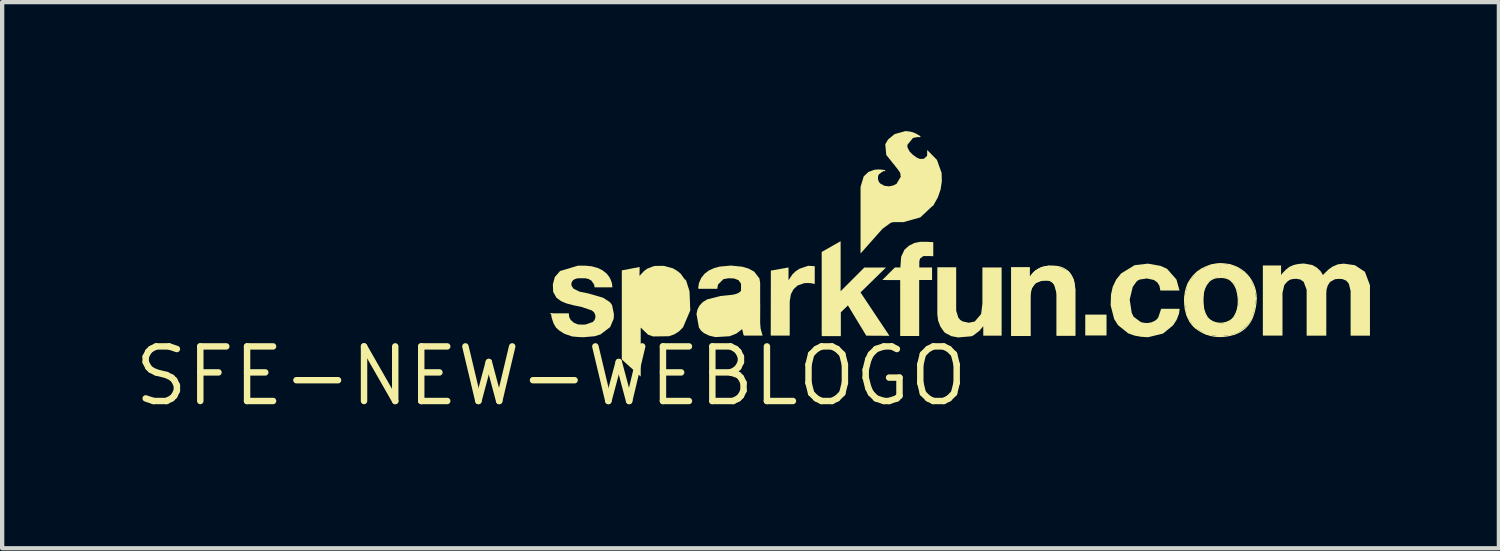
<source format=kicad_pcb>
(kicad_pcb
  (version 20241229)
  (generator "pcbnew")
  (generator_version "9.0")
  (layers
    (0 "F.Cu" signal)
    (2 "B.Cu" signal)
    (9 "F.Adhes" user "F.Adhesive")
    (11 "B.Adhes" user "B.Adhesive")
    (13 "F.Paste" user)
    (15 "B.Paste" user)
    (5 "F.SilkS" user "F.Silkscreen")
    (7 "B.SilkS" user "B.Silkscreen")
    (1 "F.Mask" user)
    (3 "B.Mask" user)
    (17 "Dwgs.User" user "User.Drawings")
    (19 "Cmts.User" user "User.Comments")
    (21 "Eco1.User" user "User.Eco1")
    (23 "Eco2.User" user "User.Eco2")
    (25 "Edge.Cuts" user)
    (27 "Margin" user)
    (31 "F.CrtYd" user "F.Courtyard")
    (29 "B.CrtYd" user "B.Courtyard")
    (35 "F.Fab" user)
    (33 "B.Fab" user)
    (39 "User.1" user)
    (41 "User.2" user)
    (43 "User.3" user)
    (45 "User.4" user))
  (footprint "SFE-NEW-WEBLOGO"
    (layer "F.Cu")
    (at 9.774 5.7)
    (property "Reference" "SFE-NEW-WEBLOGO" (at 0 0 0) (layer "F.SilkS") (effects (font (size 1.27 1.27) (thickness 0.15))))
    (fp_line (start 10.716 -2.517) (end 11.12 -2.517) (stroke (width 0.025) (type solid)) (layer "F.SilkS"))
    (fp_line (start 10.716 -0.945) (end 10.716 -2.517) (stroke (width 0.025) (type solid)) (layer "F.SilkS"))
    (fp_line (start 11.12 -2.517) (end 11.12 -2.296) (stroke (width 0.025) (type solid)) (layer "F.SilkS"))
    (fp_line (start 11.12 -2.296) (end 11.128 -2.296) (stroke (width 0.025) (type solid)) (layer "F.SilkS"))
    (fp_line (start 11.138 -1.814) (end 11.138 -0.945) (stroke (width 0.025) (type solid)) (layer "F.SilkS"))
    (fp_line (start 11.138 -0.945) (end 10.716 -0.945) (stroke (width 0.025) (type solid)) (layer "F.SilkS"))
    (fp_line (start 11.773 -0.955) (end 11.773 -1.92) (stroke (width 0.025) (type solid)) (layer "F.SilkS"))
    (fp_line (start 12.182 -2.009) (end 12.182 -0.955) (stroke (width 0.025) (type solid)) (layer "F.SilkS"))
    (fp_line (start 12.182 -0.955) (end 11.773 -0.955) (stroke (width 0.025) (type solid)) (layer "F.SilkS"))
    (fp_line (start 15.55 -2.614) (end 15.55 -2.291) (stroke (width 0.025) (type solid)) (layer "F.SilkS"))
    (fp_line (start 15.55 -2.291) (end 15.527 -2.291) (stroke (width 0.025) (type solid)) (layer "F.SilkS"))
    (fp_line (start 15.57 -2.614) (end 15.585 -2.614) (stroke (width 0.025) (type solid)) (layer "F.SilkS"))
    (fp_line (start 15.57 -2.296) (end 15.57 -2.614) (stroke (width 0.025) (type solid)) (layer "F.SilkS"))
    (fp_arc (start 11.1379 -1.8821) (mid 11.146106 -1.962214) (end 11.1684 -2.0396) (stroke (width 0.0254) (type solid)) (layer "F.SilkS"))
    (fp_arc (start 11.1379 -1.8136) (mid 11.137681 -1.84785) (end 11.1379 -1.8821) (stroke (width 0.0254) (type solid)) (layer "F.SilkS"))
    (fp_arc (start 11.1455 -2.3038) (mid 11.137379 -2.298176) (end 11.1277 -2.2962) (stroke (width 0.0254) (type solid)) (layer "F.SilkS"))
    (fp_arc (start 11.1582 -2.319) (mid 11.152103 -2.311188) (end 11.1455 -2.3038) (stroke (width 0.0254) (type solid)) (layer "F.SilkS"))
    (fp_arc (start 11.1582 -2.319) (mid 11.172158 -2.338081) (end 11.1862 -2.3571) (stroke (width 0.0254) (type solid)) (layer "F.SilkS"))
    (fp_arc (start 11.1684 -2.0396) (mid 11.206138 -2.110015) (end 11.2598 -2.1692) (stroke (width 0.0254) (type solid)) (layer "F.SilkS"))
    (fp_arc (start 11.1862 -2.3571) (mid 11.2264 -2.404414) (end 11.2725 -2.446) (stroke (width 0.0254) (type solid)) (layer "F.SilkS"))
    (fp_arc (start 11.259799 -2.1692) (mid 11.334441 -2.214452) (end 11.4198 -2.2327) (stroke (width 0.0254) (type solid)) (layer "F.SilkS"))
    (fp_arc (start 11.2725 -2.446) (mid 11.411238 -2.52384) (end 11.5672 -2.5552) (stroke (width 0.0254) (type solid)) (layer "F.SilkS"))
    (fp_arc (start 11.5316 -2.2377) (mid 11.475702 -2.235165) (end 11.4198 -2.2327) (stroke (width 0.0254) (type solid)) (layer "F.SilkS"))
    (fp_arc (start 11.5316 -2.2377) (mid 11.565101 -2.235924) (end 11.5976 -2.2276) (stroke (width 0.0254) (type solid)) (layer "F.SilkS"))
    (fp_arc (start 11.5672 -2.5552) (mid 11.667584 -2.556058) (end 11.7678 -2.5502) (stroke (width 0.0254) (type solid)) (layer "F.SilkS"))
    (fp_arc (start 11.5976 -2.2276) (mid 11.664346 -2.1894) (end 11.7145 -2.1311) (stroke (width 0.0254) (type solid)) (layer "F.SilkS"))
    (fp_arc (start 11.7145 -2.1311) (mid 11.758038 -2.02962) (end 11.7729 -1.9202) (stroke (width 0.0254) (type solid)) (layer "F.SilkS"))
    (fp_arc (start 11.7678 -2.5502) (mid 11.911985 -2.511161) (end 12.0345 -2.425699) (stroke (width 0.0254) (type solid)) (layer "F.SilkS"))
    (fp_arc (start 12.0345 -2.4257) (mid 12.104013 -2.336521) (end 12.1488 -2.232699) (stroke (width 0.0254) (type solid)) (layer "F.SilkS"))
    (fp_arc (start 12.1488 -2.2327) (mid 12.172766 -2.122002) (end 12.1818 -2.0091) (stroke (width 0.0254) (type solid)) (layer "F.SilkS"))
    (fp_arc (start 14.7523 -1.5672) (mid 14.737287 -1.759061) (end 14.7549 -1.9507) (stroke (width 0.0254) (type solid)) (layer "F.SilkS"))
    (fp_arc (start 14.7549 -1.9507) (mid 14.882786 -2.260687) (end 15.128201 -2.4892) (stroke (width 0.0254) (type solid)) (layer "F.SilkS"))
    (fp_arc (start 14.8615 -1.27) (mid 14.792796 -1.413418) (end 14.7523 -1.5672) (stroke (width 0.0254) (type solid)) (layer "F.SilkS"))
    (fp_arc (start 14.9911 -1.1201) (mid 14.919858 -1.189481) (end 14.8615 -1.27) (stroke (width 0.0254) (type solid)) (layer "F.SilkS"))
    (fp_arc (start 15.1282 -2.4892) (mid 15.331296 -2.577713) (end 15.5499 -2.6137) (stroke (width 0.0254) (type solid)) (layer "F.SilkS"))
    (fp_arc (start 15.168899 -1.8847) (mid 15.20247 -2.035022) (end 15.2781 -2.1692) (stroke (width 0.0254) (type solid)) (layer "F.SilkS"))
    (fp_arc (start 15.1714 -1.6383) (mid 15.165026 -1.761448) (end 15.1689 -1.8847) (stroke (width 0.0254) (type solid)) (layer "F.SilkS"))
    (fp_arc (start 15.24 -1.4097) (mid 15.194331 -1.520588) (end 15.1714 -1.6383) (stroke (width 0.0254) (type solid)) (layer "F.SilkS"))
    (fp_arc (start 15.278099 -2.1692) (mid 15.388433 -2.258974) (end 15.527 -2.2911) (stroke (width 0.0254) (type solid)) (layer "F.SilkS"))
    (fp_arc (start 15.428 -1.2522) (mid 15.31871 -1.312699) (end 15.24 -1.4097) (stroke (width 0.0254) (type solid)) (layer "F.SilkS"))
    (fp_arc (start 15.5423 -0.9195) (mid 15.249615 -0.972854) (end 14.9911 -1.1201) (stroke (width 0.0254) (type solid)) (layer "F.SilkS"))
    (fp_arc (start 15.5702 -2.2962) (mid 15.650001 -2.290017) (end 15.7277 -2.2708) (stroke (width 0.0254) (type solid)) (layer "F.SilkS"))
    (fp_arc (start 15.5854 -2.6137) (mid 15.698073 -2.606673) (end 15.809 -2.5857) (stroke (width 0.0254) (type solid)) (layer "F.SilkS"))
    (fp_arc (start 15.7277 -2.2708) (mid 15.783745 -2.244042) (end 15.8318 -2.2047) (stroke (width 0.0254) (type solid)) (layer "F.SilkS"))
    (fp_arc (start 15.7632 -1.2725) (mid 15.597525 -1.230563) (end 15.428 -1.2522) (stroke (width 0.0254) (type solid)) (layer "F.SilkS"))
    (fp_arc (start 15.809 -2.5857) (mid 15.978822 -2.520652) (end 16.129 -2.4181) (stroke (width 0.0254) (type solid)) (layer "F.SilkS"))
    (fp_arc (start 15.8318 -2.2047) (mid 15.910982 -2.096372) (end 15.9588 -1.971) (stroke (width 0.0254) (type solid)) (layer "F.SilkS"))
    (fp_arc (start 15.9029 -0.9754) (mid 15.724919 -0.932492) (end 15.5423 -0.9195) (stroke (width 0.0254) (type solid)) (layer "F.SilkS"))
    (fp_arc (start 15.908 -1.4097) (mid 15.846801 -1.329279) (end 15.7632 -1.2725) (stroke (width 0.0254) (type solid)) (layer "F.SilkS"))
    (fp_arc (start 15.9588 -1.971) (mid 15.980368 -1.846143) (end 15.9868 -1.7196) (stroke (width 0.0254) (type solid)) (layer "F.SilkS"))
    (fp_arc (start 15.9868 -1.7196) (mid 15.966058 -1.559906) (end 15.908 -1.4097) (stroke (width 0.0254) (type solid)) (layer "F.SilkS"))
    (fp_arc (start 16.129 -2.4181) (mid 16.333054 -2.143404) (end 16.4033 -1.808499) (stroke (width 0.0254) (type solid)) (layer "F.SilkS"))
    (fp_arc (start 16.317 -1.3665) (mid 16.153433 -1.12491) (end 15.9029 -0.9754) (stroke (width 0.0254) (type solid)) (layer "F.SilkS"))
    (fp_arc (start 16.4033 -1.8085) (mid 16.380488 -1.583529) (end 16.317 -1.3665) (stroke (width 0.0254) (type solid)) (layer "F.SilkS"))
    (fp_poly (pts (xy 12.426 -0.945) (xy 12.921 -0.945) (xy 12.921 -1.43) (xy 12.426 -1.43)) (stroke (width 0) (type solid)) (fill yes) (layer "F.SilkS"))
    (fp_poly (pts (xy 6.734 -1.974) (xy 7.285 -2.525) (xy 7.788 -2.525) (xy 7.197 -1.946) (xy 7.87 -0.937) (xy 7.331 -0.94) (xy 6.904 -1.644) (xy 6.739 -1.483) (xy 6.739 -0.93) (xy 6.307 -0.93) (xy 6.294 -0.942) (xy 6.294 -2.888) (xy 6.734 -3.138)) (stroke (width 0) (type solid)) (fill yes) (layer "F.SilkS"))
    (fp_poly (pts (xy 6.132 -2.557) (xy 6.132 -2.146) (xy 6.116 -2.146) (xy 6.107 -2.147) (xy 6.098 -2.149) (xy 6.068 -2.157) (xy 6.039 -2.162) (xy 5.963 -2.165) (xy 5.888 -2.162) (xy 5.732 -2.107) (xy 5.638 -2.019) (xy 5.577 -1.903) (xy 5.55 -1.736) (xy 5.55 -0.942) (xy 5.108 -0.942) (xy 5.111 -2.454) (xy 5.522 -2.527) (xy 5.522 -2.234) (xy 5.527 -2.236) (xy 5.544 -2.263) (xy 5.579 -2.315) (xy 5.614 -2.368) (xy 5.687 -2.438) (xy 5.778 -2.498) (xy 5.98 -2.566)) (stroke (width 0) (type solid)) (fill yes) (layer "F.SilkS"))
    (fp_poly (pts (xy 2.835 -2.506) (xy 2.927 -2.451) (xy 3.012 -2.384) (xy 3.127 -2.222) (xy 3.127 -2.264) (xy 3.219 -1.973) (xy 3.236 -1.527) (xy 3.069 -1.136) (xy 2.976 -1.041) (xy 2.865 -0.971) (xy 2.74 -0.927) (xy 2.372 -0.922) (xy 2.37 -0.922) (xy 2.254 -0.963) (xy 2.083 -1.128) (xy 2.083 0.011) (xy 1.643 -0.386) (xy 1.643 -2.459) (xy 2.058 -2.538) (xy 2.055 -2.331) (xy 2.068 -2.345) (xy 2.158 -2.443) (xy 2.234 -2.498) (xy 2.369 -2.552) (xy 2.419 -2.563) (xy 2.62 -2.565)) (stroke (width 0) (type solid)) (fill yes) (layer "F.SilkS"))
    (fp_poly (pts (xy 8.809 -3.12) (xy 8.875 -3.117) (xy 8.89 -3.117) (xy 8.89 -2.789) (xy 8.869 -2.789) (xy 8.841 -2.792) (xy 8.66 -2.792) (xy 8.588 -2.74) (xy 8.571 -2.7) (xy 8.565 -2.653) (xy 8.565 -2.527) (xy 8.862 -2.527) (xy 8.862 -2.235) (xy 8.562 -2.235) (xy 8.562 -0.932) (xy 8.12 -0.932) (xy 8.12 -2.233) (xy 7.704 -2.235) (xy 7.996 -2.527) (xy 8.126 -2.527) (xy 8.126 -2.561) (xy 8.143 -2.777) (xy 8.219 -2.939) (xy 8.324 -3.033) (xy 8.45 -3.096) (xy 8.586 -3.124) (xy 8.743 -3.124)) (stroke (width 0) (type solid)) (fill yes) (layer "F.SilkS"))
    (fp_poly (pts (xy 9.423 -1.521) (xy 9.473 -1.36) (xy 9.516 -1.308) (xy 9.573 -1.272) (xy 9.714 -1.241) (xy 9.854 -1.269) (xy 10.003 -1.443) (xy 10.033 -1.685) (xy 10.033 -2.527) (xy 10.48 -2.527) (xy 10.48 -0.94) (xy 10.053 -0.94) (xy 10.053 -1.16) (xy 9.962 -1.052) (xy 9.824 -0.947) (xy 9.797 -0.934) (xy 9.769 -0.925) (xy 9.468 -0.899) (xy 9.311 -0.929) (xy 9.174 -1.001) (xy 9.173 -1.001) (xy 9.155 -1.015) (xy 9.142 -1.028) (xy 9.056 -1.151) (xy 9.002 -1.291) (xy 8.984 -1.439) (xy 8.984 -2.532) (xy 9.423 -2.532)) (stroke (width 0) (type solid)) (fill yes) (layer "F.SilkS"))
    (fp_poly (pts (xy 11.771 -2.563) (xy 12.043 -2.436) (xy 12.161 -2.237) (xy 12.194 -2.01) (xy 12.194 -0.942) (xy 11.76 -0.942) (xy 11.76 -1.918) (xy 11.703 -2.125) (xy 11.656 -2.179) (xy 11.593 -2.215) (xy 11.531 -2.225) (xy 11.476 -2.222) (xy 11.422 -2.22) (xy 11.268 -2.159) (xy 11.18 -2.035) (xy 11.151 -1.881) (xy 11.151 -0.932) (xy 10.704 -0.932) (xy 10.704 -2.53) (xy 11.133 -2.53) (xy 11.133 -2.31) (xy 11.137 -2.313) (xy 11.148 -2.327) (xy 11.162 -2.346) (xy 11.176 -2.365) (xy 11.217 -2.413) (xy 11.265 -2.456) (xy 11.407 -2.536) (xy 11.566 -2.568)) (stroke (width 0) (type solid)) (fill yes) (layer "F.SilkS"))
    (fp_poly (pts (xy 14.182 -2.563) (xy 14.182 -2.561) (xy 14.327 -2.497) (xy 14.548 -2.247) (xy 14.619 -1.991) (xy 14.171 -1.991) (xy 14.171 -2.005) (xy 14.152 -2.1) (xy 14.101 -2.181) (xy 14.023 -2.236) (xy 13.86 -2.271) (xy 13.694 -2.246) (xy 13.653 -2.227) (xy 13.619 -2.199) (xy 13.531 -2.075) (xy 13.46 -1.78) (xy 13.507 -1.472) (xy 13.552 -1.38) (xy 13.719 -1.256) (xy 13.796 -1.239) (xy 13.875 -1.234) (xy 13.963 -1.249) (xy 14.045 -1.286) (xy 14.089 -1.32) (xy 14.124 -1.363) (xy 14.192 -1.565) (xy 14.62 -1.565) (xy 14.62 -1.546) (xy 14.607 -1.45) (xy 14.552 -1.308) (xy 14.469 -1.18) (xy 14.235 -0.989) (xy 13.887 -0.904) (xy 13.726 -0.914) (xy 13.568 -0.943) (xy 13.424 -0.995) (xy 13.188 -1.185) (xy 13.099 -1.326) (xy 13.017 -1.644) (xy 13.025 -1.895) (xy 13.025 -1.896) (xy 13.065 -2.077) (xy 13.145 -2.244) (xy 13.261 -2.389) (xy 13.575 -2.58) (xy 13.884 -2.616)) (stroke (width 0) (type solid)) (fill yes) (layer "F.SilkS"))
    (fp_poly (pts (xy 1.202 -2.29) (xy 1.414 -2.156) (xy 1.424 -2.065) (xy 1.01 -2.065) (xy 1.001 -2.126) (xy 0.936 -2.221) (xy 0.872 -2.258) (xy 0.799 -2.276) (xy 0.629 -2.276) (xy 0.584 -2.267) (xy 0.542 -2.252) (xy 0.512 -2.232) (xy 0.489 -2.206) (xy 0.469 -2.153) (xy 0.475 -2.098) (xy 0.522 -2.032) (xy 0.664 -1.963) (xy 0.867 -1.922) (xy 1.207 -1.823) (xy 1.354 -1.729) (xy 1.39 -1.692) (xy 1.417 -1.648) (xy 1.46 -1.44) (xy 1.448 -1.438) (xy 1.46 -1.437) (xy 1.458 -1.385) (xy 1.453 -1.33) (xy 1.372 -1.14) (xy 1.149 -0.97) (xy 1.013 -0.927) (xy 0.747 -0.904) (xy 0.617 -0.91) (xy 0.487 -0.922) (xy 0.307 -0.984) (xy 0.185 -1.062) (xy 0.109 -1.132) (xy 0.057 -1.222) (xy 0.013 -1.351) (xy 0.003 -1.411) (xy -0.002 -1.469) (xy 0.738 -1.103) (xy 1.121 -1.189) (xy 1.224 -1.498) (xy 0.809 -1.724) (xy 0.364 -1.988) (xy 0.308 -2.311) (xy 0.742 -2.424)) (stroke (width 0) (type solid)) (fill yes) (layer "F.SilkS"))
    (fp_poly (pts (xy 15.55 -2.61) (xy 15.55 -2.298) (xy 15.429 -2.281) (xy 15.315 -2.218) (xy 15.236 -2.109) (xy 15.196 -2.021) (xy 15.169 -1.873) (xy 15.164 -1.687) (xy 15.181 -1.562) (xy 15.219 -1.448) (xy 15.273 -1.345) (xy 15.437 -1.244) (xy 15.612 -1.222) (xy 15.787 -1.281) (xy 15.895 -1.379) (xy 15.949 -1.5) (xy 15.987 -1.655) (xy 15.987 -1.797) (xy 15.962 -1.99) (xy 15.887 -2.152) (xy 15.804 -2.232) (xy 15.709 -2.284) (xy 15.59 -2.294) (xy 15.567 -2.294) (xy 15.573 -2.618) (xy 15.789 -2.591) (xy 15.954 -2.534) (xy 16.155 -2.395) (xy 16.267 -2.265) (xy 16.372 -2.028) (xy 16.401 -1.806) (xy 16.375 -1.593) (xy 16.306 -1.344) (xy 16.223 -1.211) (xy 16.101 -1.095) (xy 15.988 -1.015) (xy 15.799 -0.95) (xy 15.545 -0.925) (xy 15.241 -0.966) (xy 14.951 -1.146) (xy 14.788 -1.4) (xy 14.727 -1.794) (xy 14.809 -2.154) (xy 15.026 -2.431) (xy 15.368 -2.601) (xy 15.519 -2.619) (xy 15.527 -2.619)) (stroke (width 0) (type solid)) (fill yes) (layer "F.SilkS"))
    (fp_poly (pts (xy 0.803 -2.568) (xy 0.944 -2.554) (xy 1.082 -2.516) (xy 1.194 -2.461) (xy 1.292 -2.384) (xy 1.357 -2.298) (xy 1.377 -2.258) (xy 1.394 -2.217) (xy 1.417 -2.152) (xy 1.354 -2.105) (xy 1.152 -2.254) (xy 0.736 -2.387) (xy 0.373 -2.277) (xy 0.418 -2.02) (xy 1.242 -1.541) (xy 1.263 -1.497) (xy 1.148 -1.152) (xy 0.725 -1.058) (xy -0.039 -1.46) (xy 0.411 -1.46) (xy 0.411 -1.443) (xy 0.42 -1.37) (xy 0.455 -1.306) (xy 0.524 -1.243) (xy 0.611 -1.206) (xy 0.638 -1.201) (xy 0.666 -1.199) (xy 0.733 -1.198) (xy 0.798 -1.199) (xy 0.968 -1.258) (xy 1.008 -1.302) (xy 1.029 -1.358) (xy 1.026 -1.425) (xy 0.996 -1.485) (xy 0.944 -1.528) (xy 0.715 -1.606) (xy 0.533 -1.644) (xy 0.351 -1.692) (xy 0.23 -1.744) (xy 0.122 -1.823) (xy 0.046 -1.96) (xy 0.046 -1.963) (xy 0.039 -2.135) (xy 0.084 -2.3) (xy 0.084 -2.303) (xy 0.206 -2.444) (xy 0.62 -2.568) (xy 0.712 -2.569)) (stroke (width 0) (type solid)) (fill yes) (layer "F.SilkS"))
    (fp_poly (pts (xy 17.715 -2.583) (xy 17.715 -2.58) (xy 17.812 -2.526) (xy 17.9 -2.443) (xy 17.957 -2.351) (xy 17.961 -2.356) (xy 18.007 -2.404) (xy 18.087 -2.481) (xy 18.178 -2.546) (xy 18.304 -2.6) (xy 18.441 -2.616) (xy 18.699 -2.58) (xy 18.933 -2.426) (xy 19.05 -2.113) (xy 19.05 -0.94) (xy 18.6 -0.94) (xy 18.6 -1.98) (xy 18.558 -2.15) (xy 18.498 -2.22) (xy 18.412 -2.256) (xy 18.322 -2.262) (xy 18.234 -2.253) (xy 18.122 -2.19) (xy 18.069 -2.109) (xy 18.041 -2.014) (xy 18.036 -1.96) (xy 18.034 -1.905) (xy 18.034 -0.94) (xy 17.577 -0.94) (xy 17.577 -2.007) (xy 17.508 -2.192) (xy 17.433 -2.246) (xy 17.34 -2.263) (xy 17.298 -2.261) (xy 17.256 -2.258) (xy 17.191 -2.242) (xy 17.135 -2.205) (xy 17.093 -2.16) (xy 17.055 -2.113) (xy 17.015 -1.934) (xy 17.015 -0.942) (xy 16.558 -0.942) (xy 16.558 -2.573) (xy 16.982 -2.573) (xy 16.982 -2.355) (xy 16.985 -2.356) (xy 17.016 -2.396) (xy 17.093 -2.476) (xy 17.171 -2.538) (xy 17.263 -2.58) (xy 17.318 -2.595) (xy 17.374 -2.606) (xy 17.443 -2.614) (xy 17.514 -2.619)) (stroke (width 0) (type solid)) (fill yes) (layer "F.SilkS"))
    (fp_poly (pts (xy 4.445 -2.545) (xy 4.589 -2.502) (xy 4.723 -2.431) (xy 4.845 -2.272) (xy 4.86 -2.182) (xy 4.862 -2.182) (xy 4.862 -1.689) (xy 4.864 -1.689) (xy 4.862 -1.243) (xy 4.872 -1.109) (xy 4.907 -0.979) (xy 4.92 -0.942) (xy 4.495 -0.942) (xy 4.477 -0.951) (xy 4.472 -0.971) (xy 4.468 -0.985) (xy 4.446 -1.085) (xy 4.44 -1.09) (xy 4.439 -1.089) (xy 4.309 -0.989) (xy 4.153 -0.927) (xy 3.824 -0.907) (xy 3.684 -0.938) (xy 3.554 -1) (xy 3.487 -1.057) (xy 3.437 -1.131) (xy 3.381 -1.444) (xy 3.381 -1.447) (xy 3.402 -1.544) (xy 3.446 -1.633) (xy 3.528 -1.723) (xy 3.632 -1.785) (xy 3.937 -1.862) (xy 4.049 -1.874) (xy 4.159 -1.885) (xy 4.225 -1.893) (xy 4.289 -1.907) (xy 4.336 -1.924) (xy 4.379 -1.948) (xy 4.407 -1.974) (xy 4.413 -1.983) (xy 4.417 -1.991) (xy 4.417 -2.15) (xy 4.358 -2.232) (xy 4.254 -2.271) (xy 4.188 -2.274) (xy 4.121 -2.276) (xy 4.007 -2.254) (xy 3.883 -2.132) (xy 3.866 -2.046) (xy 3.866 -2.03) (xy 3.429 -2.03) (xy 3.429 -2.04) (xy 3.419 -2.042) (xy 3.439 -2.166) (xy 3.491 -2.283) (xy 3.571 -2.383) (xy 3.674 -2.46) (xy 3.792 -2.513) (xy 3.917 -2.547) (xy 4.181 -2.571)) (stroke (width 0) (type solid)) (fill yes) (layer "F.SilkS"))
    (fp_poly (pts (xy 8.337 -5.691) (xy 8.426 -5.669) (xy 8.439 -5.664) (xy 8.451 -5.658) (xy 8.468 -5.649) (xy 8.487 -5.643) (xy 8.583 -5.585) (xy 8.59 -5.585) (xy 8.59 -5.56) (xy 8.518 -5.56) (xy 8.419 -5.541) (xy 8.286 -5.378) (xy 8.29 -5.32) (xy 8.339 -5.225) (xy 8.416 -5.148) (xy 8.505 -5.084) (xy 8.58 -5.052) (xy 8.662 -5.055) (xy 8.67 -5.057) (xy 8.677 -5.06) (xy 8.742 -5.12) (xy 8.748 -5.143) (xy 8.748 -5.261) (xy 8.975 -5.031) (xy 9.079 -4.74) (xy 9.083 -4.74) (xy 9.089 -4.533) (xy 9.06 -4.34) (xy 8.996 -4.156) (xy 8.877 -3.944) (xy 8.877 -3.963) (xy 8.589 -3.692) (xy 8.193 -3.581) (xy 7.964 -3.581) (xy 7.927 -3.575) (xy 7.893 -3.562) (xy 7.707 -3.425) (xy 7.198 -2.852) (xy 7.198 -4.404) (xy 7.271 -4.645) (xy 7.379 -4.748) (xy 7.518 -4.8) (xy 7.615 -4.808) (xy 7.71 -4.801) (xy 7.771 -4.791) (xy 7.769 -4.767) (xy 7.733 -4.768) (xy 7.713 -4.759) (xy 7.632 -4.7) (xy 7.612 -4.674) (xy 7.601 -4.611) (xy 7.612 -4.548) (xy 7.632 -4.508) (xy 7.663 -4.476) (xy 7.758 -4.426) (xy 7.863 -4.415) (xy 7.954 -4.433) (xy 8.035 -4.473) (xy 8.133 -4.638) (xy 8.119 -4.732) (xy 8.062 -4.813) (xy 7.796 -5.146) (xy 7.773 -5.394) (xy 7.838 -5.504) (xy 7.84 -5.506) (xy 7.99 -5.63) (xy 8.244 -5.7)) (stroke (width 0) (type solid)) (fill yes) (layer "F.SilkS")))
  (gr_rect
    (start -3 -3)
    (end 31.824 9.706)
    (stroke (width 0.1) (type default))
    (fill no)
    (layer "Edge.Cuts")))
</source>
